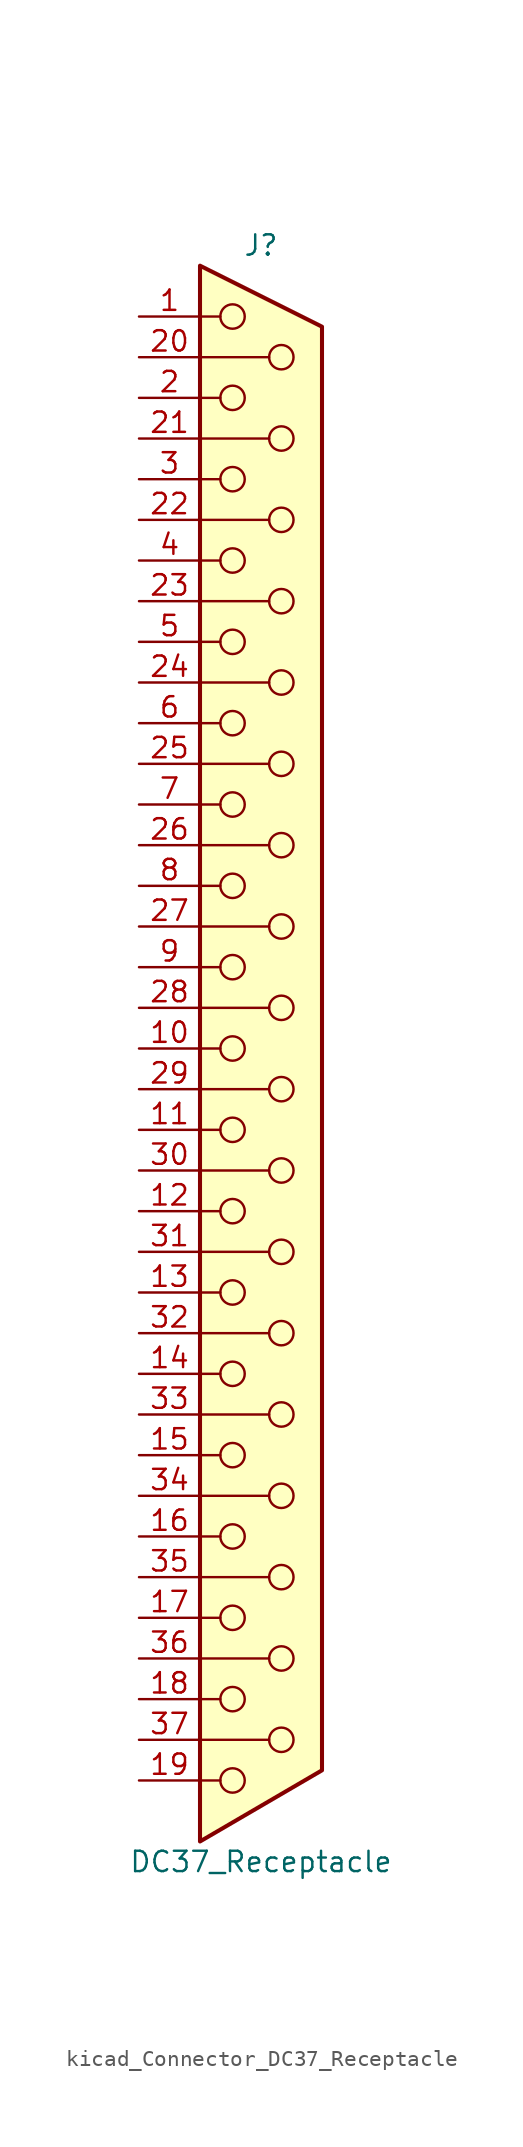
<source format=kicad_sym>
(kicad_symbol_lib
  (version 20220914)
  (generator kicad_symbol_editor)
  (symbol "kicad_Connector_DC37_Receptacle"
    (pin_names
      (offset 1.016) hide)
    (property "Reference" "J"
      (at 0 50.165 0)
      (effects (font (size 1.27 1.27))))
    (property "Value" "DC37_Receptacle"
      (at 0 -50.8 0)
      (effects (font (size 1.27 1.27))))
    (symbol "kicad_Connector_DC37_Receptacle_0_1"
      (circle (center -1.778 -45.72) (radius 0.762) (stroke (width 0) (type default)) (fill (type none)))
      (circle (center -1.778 -40.64) (radius 0.762) (stroke (width 0) (type default)) (fill (type none)))
      (circle (center -1.778 -35.56) (radius 0.762) (stroke (width 0) (type default)) (fill (type none)))
      (circle (center -1.778 -30.48) (radius 0.762) (stroke (width 0) (type default)) (fill (type none)))
      (circle (center -1.778 -25.4) (radius 0.762) (stroke (width 0) (type default)) (fill (type none)))
      (circle (center -1.778 -20.32) (radius 0.762) (stroke (width 0) (type default)) (fill (type none)))
      (circle (center -1.778 -15.24) (radius 0.762) (stroke (width 0) (type default)) (fill (type none)))
      (circle (center -1.778 -10.16) (radius 0.762) (stroke (width 0) (type default)) (fill (type none)))
      (circle (center -1.778 -5.08) (radius 0.762) (stroke (width 0) (type default)) (fill (type none)))
      (circle (center -1.778 0) (radius 0.762) (stroke (width 0) (type default)) (fill (type none)))
      (circle (center -1.778 5.08) (radius 0.762) (stroke (width 0) (type default)) (fill (type none)))
      (circle (center -1.778 10.16) (radius 0.762) (stroke (width 0) (type default)) (fill (type none)))
      (circle (center -1.778 15.24) (radius 0.762) (stroke (width 0) (type default)) (fill (type none)))
      (circle (center -1.778 20.32) (radius 0.762) (stroke (width 0) (type default)) (fill (type none)))
      (circle (center -1.778 25.4) (radius 0.762) (stroke (width 0) (type default)) (fill (type none)))
      (circle (center -1.778 30.48) (radius 0.762) (stroke (width 0) (type default)) (fill (type none)))
      (circle (center -1.778 35.56) (radius 0.762) (stroke (width 0) (type default)) (fill (type none)))
      (circle (center -1.778 40.64) (radius 0.762) (stroke (width 0) (type default)) (fill (type none)))
      (circle (center -1.778 45.72) (radius 0.762) (stroke (width 0) (type default)) (fill (type none)))
      (polyline (pts (xy -3.81 -45.72) (xy -2.54 -45.72)) (stroke (width 0) (type default)) (fill (type none)))
      (polyline (pts (xy -3.81 -43.18) (xy 0.508 -43.18)) (stroke (width 0) (type default)) (fill (type none)))
      (polyline (pts (xy -3.81 -40.64) (xy -2.54 -40.64)) (stroke (width 0) (type default)) (fill (type none)))
      (polyline (pts (xy -3.81 -38.1) (xy 0.508 -38.1)) (stroke (width 0) (type default)) (fill (type none)))
      (polyline (pts (xy -3.81 -35.56) (xy -2.54 -35.56)) (stroke (width 0) (type default)) (fill (type none)))
      (polyline (pts (xy -3.81 -33.02) (xy 0.508 -33.02)) (stroke (width 0) (type default)) (fill (type none)))
      (polyline (pts (xy -3.81 -30.48) (xy -2.54 -30.48)) (stroke (width 0) (type default)) (fill (type none)))
      (polyline (pts (xy -3.81 -27.94) (xy 0.508 -27.94)) (stroke (width 0) (type default)) (fill (type none)))
      (polyline (pts (xy -3.81 -25.4) (xy -2.54 -25.4)) (stroke (width 0) (type default)) (fill (type none)))
      (polyline (pts (xy -3.81 -22.86) (xy 0.508 -22.86)) (stroke (width 0) (type default)) (fill (type none)))
      (polyline (pts (xy -3.81 -20.32) (xy -2.54 -20.32)) (stroke (width 0) (type default)) (fill (type none)))
      (polyline (pts (xy -3.81 -17.78) (xy 0.508 -17.78)) (stroke (width 0) (type default)) (fill (type none)))
      (polyline (pts (xy -3.81 -15.24) (xy -2.54 -15.24)) (stroke (width 0) (type default)) (fill (type none)))
      (polyline (pts (xy -3.81 -12.7) (xy 0.508 -12.7)) (stroke (width 0) (type default)) (fill (type none)))
      (polyline (pts (xy -3.81 -10.16) (xy -2.54 -10.16)) (stroke (width 0) (type default)) (fill (type none)))
      (polyline (pts (xy -3.81 -7.62) (xy 0.508 -7.62)) (stroke (width 0) (type default)) (fill (type none)))
      (polyline (pts (xy -3.81 -5.08) (xy -2.54 -5.08)) (stroke (width 0) (type default)) (fill (type none)))
      (polyline (pts (xy -3.81 -2.54) (xy 0.508 -2.54)) (stroke (width 0) (type default)) (fill (type none)))
      (polyline (pts (xy -3.81 0) (xy -2.54 0)) (stroke (width 0) (type default)) (fill (type none)))
      (polyline (pts (xy -3.81 2.54) (xy 0.508 2.54)) (stroke (width 0) (type default)) (fill (type none)))
      (polyline (pts (xy -3.81 5.08) (xy -2.54 5.08)) (stroke (width 0) (type default)) (fill (type none)))
      (polyline (pts (xy -3.81 7.62) (xy 0.508 7.62)) (stroke (width 0) (type default)) (fill (type none)))
      (polyline (pts (xy -3.81 10.16) (xy -2.54 10.16)) (stroke (width 0) (type default)) (fill (type none)))
      (polyline (pts (xy -3.81 12.7) (xy 0.508 12.7)) (stroke (width 0) (type default)) (fill (type none)))
      (polyline (pts (xy -3.81 15.24) (xy -2.54 15.24)) (stroke (width 0) (type default)) (fill (type none)))
      (polyline (pts (xy -3.81 17.78) (xy 0.508 17.78)) (stroke (width 0) (type default)) (fill (type none)))
      (polyline (pts (xy -3.81 20.32) (xy -2.54 20.32)) (stroke (width 0) (type default)) (fill (type none)))
      (polyline (pts (xy -3.81 22.86) (xy 0.508 22.86)) (stroke (width 0) (type default)) (fill (type none)))
      (polyline (pts (xy -3.81 25.4) (xy -2.54 25.4)) (stroke (width 0) (type default)) (fill (type none)))
      (polyline (pts (xy -3.81 27.94) (xy 0.508 27.94)) (stroke (width 0) (type default)) (fill (type none)))
      (polyline (pts (xy -3.81 30.48) (xy -2.54 30.48)) (stroke (width 0) (type default)) (fill (type none)))
      (polyline (pts (xy -3.81 33.02) (xy 0.508 33.02)) (stroke (width 0) (type default)) (fill (type none)))
      (polyline (pts (xy -3.81 35.56) (xy -2.54 35.56)) (stroke (width 0) (type default)) (fill (type none)))
      (polyline (pts (xy -3.81 38.1) (xy 0.508 38.1)) (stroke (width 0) (type default)) (fill (type none)))
      (polyline (pts (xy -3.81 40.64) (xy -2.54 40.64)) (stroke (width 0) (type default)) (fill (type none)))
      (polyline (pts (xy -3.81 43.18) (xy 0.508 43.18)) (stroke (width 0) (type default)) (fill (type none)))
      (polyline (pts (xy -3.81 45.72) (xy -2.54 45.72)) (stroke (width 0) (type default)) (fill (type none)))
      (polyline (pts (xy -3.81 -49.53) (xy 3.81 -45.085) (xy 3.81 45.085) (xy -3.81 48.895) (xy -3.81 -49.53)) (stroke (width 0.254) (type default)) (fill (type background)))
      (circle (center 1.27 -43.18) (radius 0.762) (stroke (width 0) (type default)) (fill (type none)))
      (circle (center 1.27 -38.1) (radius 0.762) (stroke (width 0) (type default)) (fill (type none)))
      (circle (center 1.27 -33.02) (radius 0.762) (stroke (width 0) (type default)) (fill (type none)))
      (circle (center 1.27 -27.94) (radius 0.762) (stroke (width 0) (type default)) (fill (type none)))
      (circle (center 1.27 -22.86) (radius 0.762) (stroke (width 0) (type default)) (fill (type none)))
      (circle (center 1.27 -17.78) (radius 0.762) (stroke (width 0) (type default)) (fill (type none)))
      (circle (center 1.27 -12.7) (radius 0.762) (stroke (width 0) (type default)) (fill (type none)))
      (circle (center 1.27 -7.62) (radius 0.762) (stroke (width 0) (type default)) (fill (type none)))
      (circle (center 1.27 -2.54) (radius 0.762) (stroke (width 0) (type default)) (fill (type none)))
      (circle (center 1.27 2.54) (radius 0.762) (stroke (width 0) (type default)) (fill (type none)))
      (circle (center 1.27 7.62) (radius 0.762) (stroke (width 0) (type default)) (fill (type none)))
      (circle (center 1.27 12.7) (radius 0.762) (stroke (width 0) (type default)) (fill (type none)))
      (circle (center 1.27 17.78) (radius 0.762) (stroke (width 0) (type default)) (fill (type none)))
      (circle (center 1.27 22.86) (radius 0.762) (stroke (width 0) (type default)) (fill (type none)))
      (circle (center 1.27 27.94) (radius 0.762) (stroke (width 0) (type default)) (fill (type none)))
      (circle (center 1.27 33.02) (radius 0.762) (stroke (width 0) (type default)) (fill (type none)))
      (circle (center 1.27 38.1) (radius 0.762) (stroke (width 0) (type default)) (fill (type none)))
      (circle (center 1.27 43.18) (radius 0.762) (stroke (width 0) (type default)) (fill (type none))))
    (symbol "kicad_Connector_DC37_Receptacle_1_1"
      (pin passive line (at -7.62 45.72 0) (length 3.81) (name "1" (effects (font (size 1.27 1.27)))) (number "1" (effects (font (size 1.27 1.27)))))
      (pin passive line (at -7.62 0 0) (length 3.81) (name "10" (effects (font (size 1.27 1.27)))) (number "10" (effects (font (size 1.27 1.27)))))
      (pin passive line (at -7.62 -5.08 0) (length 3.81) (name "11" (effects (font (size 1.27 1.27)))) (number "11" (effects (font (size 1.27 1.27)))))
      (pin passive line (at -7.62 -10.16 0) (length 3.81) (name "12" (effects (font (size 1.27 1.27)))) (number "12" (effects (font (size 1.27 1.27)))))
      (pin passive line (at -7.62 -15.24 0) (length 3.81) (name "13" (effects (font (size 1.27 1.27)))) (number "13" (effects (font (size 1.27 1.27)))))
      (pin passive line (at -7.62 -20.32 0) (length 3.81) (name "14" (effects (font (size 1.27 1.27)))) (number "14" (effects (font (size 1.27 1.27)))))
      (pin passive line (at -7.62 -25.4 0) (length 3.81) (name "15" (effects (font (size 1.27 1.27)))) (number "15" (effects (font (size 1.27 1.27)))))
      (pin passive line (at -7.62 -30.48 0) (length 3.81) (name "16" (effects (font (size 1.27 1.27)))) (number "16" (effects (font (size 1.27 1.27)))))
      (pin passive line (at -7.62 -35.56 0) (length 3.81) (name "17" (effects (font (size 1.27 1.27)))) (number "17" (effects (font (size 1.27 1.27)))))
      (pin passive line (at -7.62 -40.64 0) (length 3.81) (name "18" (effects (font (size 1.27 1.27)))) (number "18" (effects (font (size 1.27 1.27)))))
      (pin passive line (at -7.62 -45.72 0) (length 3.81) (name "19" (effects (font (size 1.27 1.27)))) (number "19" (effects (font (size 1.27 1.27)))))
      (pin passive line (at -7.62 40.64 0) (length 3.81) (name "2" (effects (font (size 1.27 1.27)))) (number "2" (effects (font (size 1.27 1.27)))))
      (pin passive line (at -7.62 43.18 0) (length 3.81) (name "20" (effects (font (size 1.27 1.27)))) (number "20" (effects (font (size 1.27 1.27)))))
      (pin passive line (at -7.62 38.1 0) (length 3.81) (name "21" (effects (font (size 1.27 1.27)))) (number "21" (effects (font (size 1.27 1.27)))))
      (pin passive line (at -7.62 33.02 0) (length 3.81) (name "22" (effects (font (size 1.27 1.27)))) (number "22" (effects (font (size 1.27 1.27)))))
      (pin passive line (at -7.62 27.94 0) (length 3.81) (name "23" (effects (font (size 1.27 1.27)))) (number "23" (effects (font (size 1.27 1.27)))))
      (pin passive line (at -7.62 22.86 0) (length 3.81) (name "24" (effects (font (size 1.27 1.27)))) (number "24" (effects (font (size 1.27 1.27)))))
      (pin passive line (at -7.62 17.78 0) (length 3.81) (name "25" (effects (font (size 1.27 1.27)))) (number "25" (effects (font (size 1.27 1.27)))))
      (pin passive line (at -7.62 12.7 0) (length 3.81) (name "26" (effects (font (size 1.27 1.27)))) (number "26" (effects (font (size 1.27 1.27)))))
      (pin passive line (at -7.62 7.62 0) (length 3.81) (name "27" (effects (font (size 1.27 1.27)))) (number "27" (effects (font (size 1.27 1.27)))))
      (pin passive line (at -7.62 2.54 0) (length 3.81) (name "28" (effects (font (size 1.27 1.27)))) (number "28" (effects (font (size 1.27 1.27)))))
      (pin passive line (at -7.62 -2.54 0) (length 3.81) (name "29" (effects (font (size 1.27 1.27)))) (number "29" (effects (font (size 1.27 1.27)))))
      (pin passive line (at -7.62 35.56 0) (length 3.81) (name "3" (effects (font (size 1.27 1.27)))) (number "3" (effects (font (size 1.27 1.27)))))
      (pin passive line (at -7.62 -7.62 0) (length 3.81) (name "30" (effects (font (size 1.27 1.27)))) (number "30" (effects (font (size 1.27 1.27)))))
      (pin passive line (at -7.62 -12.7 0) (length 3.81) (name "31" (effects (font (size 1.27 1.27)))) (number "31" (effects (font (size 1.27 1.27)))))
      (pin passive line (at -7.62 -17.78 0) (length 3.81) (name "32" (effects (font (size 1.27 1.27)))) (number "32" (effects (font (size 1.27 1.27)))))
      (pin passive line (at -7.62 -22.86 0) (length 3.81) (name "33" (effects (font (size 1.27 1.27)))) (number "33" (effects (font (size 1.27 1.27)))))
      (pin passive line (at -7.62 -27.94 0) (length 3.81) (name "34" (effects (font (size 1.27 1.27)))) (number "34" (effects (font (size 1.27 1.27)))))
      (pin passive line (at -7.62 -33.02 0) (length 3.81) (name "35" (effects (font (size 1.27 1.27)))) (number "35" (effects (font (size 1.27 1.27)))))
      (pin passive line (at -7.62 -38.1 0) (length 3.81) (name "36" (effects (font (size 1.27 1.27)))) (number "36" (effects (font (size 1.27 1.27)))))
      (pin passive line (at -7.62 -43.18 0) (length 3.81) (name "37" (effects (font (size 1.27 1.27)))) (number "37" (effects (font (size 1.27 1.27)))))
      (pin passive line (at -7.62 30.48 0) (length 3.81) (name "4" (effects (font (size 1.27 1.27)))) (number "4" (effects (font (size 1.27 1.27)))))
      (pin passive line (at -7.62 25.4 0) (length 3.81) (name "5" (effects (font (size 1.27 1.27)))) (number "5" (effects (font (size 1.27 1.27)))))
      (pin passive line (at -7.62 20.32 0) (length 3.81) (name "6" (effects (font (size 1.27 1.27)))) (number "6" (effects (font (size 1.27 1.27)))))
      (pin passive line (at -7.62 15.24 0) (length 3.81) (name "7" (effects (font (size 1.27 1.27)))) (number "7" (effects (font (size 1.27 1.27)))))
      (pin passive line (at -7.62 10.16 0) (length 3.81) (name "8" (effects (font (size 1.27 1.27)))) (number "8" (effects (font (size 1.27 1.27)))))
      (pin passive line (at -7.62 5.08 0) (length 3.81) (name "9" (effects (font (size 1.27 1.27)))) (number "9" (effects (font (size 1.27 1.27))))))))
</source>
